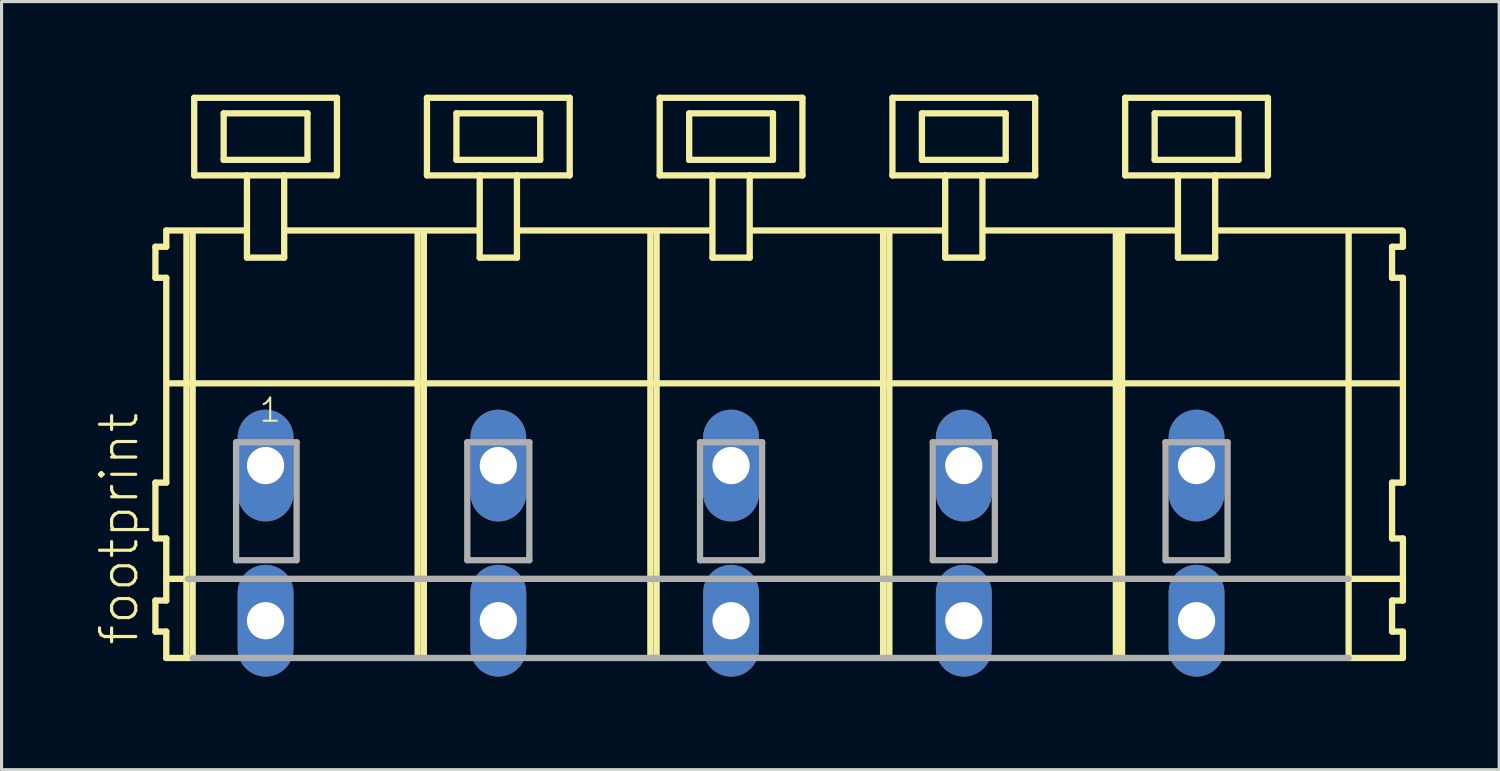
<source format=kicad_pcb>
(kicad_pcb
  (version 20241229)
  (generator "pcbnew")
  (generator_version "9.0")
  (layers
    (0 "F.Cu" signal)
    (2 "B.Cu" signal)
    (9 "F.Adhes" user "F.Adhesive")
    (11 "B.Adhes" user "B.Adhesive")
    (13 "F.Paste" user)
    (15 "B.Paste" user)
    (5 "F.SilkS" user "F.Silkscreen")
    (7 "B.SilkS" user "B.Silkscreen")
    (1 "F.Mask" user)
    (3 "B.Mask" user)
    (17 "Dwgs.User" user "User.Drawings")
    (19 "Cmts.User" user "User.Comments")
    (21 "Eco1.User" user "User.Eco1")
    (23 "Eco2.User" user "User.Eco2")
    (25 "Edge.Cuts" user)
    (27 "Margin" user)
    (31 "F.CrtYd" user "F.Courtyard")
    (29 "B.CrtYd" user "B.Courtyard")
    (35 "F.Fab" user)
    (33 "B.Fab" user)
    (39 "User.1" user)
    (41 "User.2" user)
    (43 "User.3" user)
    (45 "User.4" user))
  (footprint "footprint"
    (layer "F.Cu")
    (at 18.008 11.952)
    (property "Reference" "footprint" (at -16.535 5.855 90) (layer "F.SilkS") (effects (font (size 1.168 1.168) (thickness 0.102)) (justify left bottom)))
    (fp_line (start -16.05 -7.05) (end -16.05 -6.05) (stroke (width 0.203) (type solid)) (layer "F.SilkS"))
    (fp_line (start -16.05 -6.05) (end -15.7 -6.05) (stroke (width 0.203) (type solid)) (layer "F.SilkS"))
    (fp_line (start -16.05 0.55) (end -16.05 2.35) (stroke (width 0.203) (type solid)) (layer "F.SilkS"))
    (fp_line (start -16.05 2.35) (end -15.7 2.35) (stroke (width 0.203) (type solid)) (layer "F.SilkS"))
    (fp_line (start -16.05 4.35) (end -16.05 5.35) (stroke (width 0.203) (type solid)) (layer "F.SilkS"))
    (fp_line (start -16.05 5.35) (end -15.7 5.35) (stroke (width 0.203) (type solid)) (layer "F.SilkS"))
    (fp_line (start -15.7 -7.575) (end -15.7 -7.05) (stroke (width 0.203) (type solid)) (layer "F.SilkS"))
    (fp_line (start -15.7 -7.575) (end -13.125 -7.575) (stroke (width 0.203) (type solid)) (layer "F.SilkS"))
    (fp_line (start -15.7 -7.05) (end -16.05 -7.05) (stroke (width 0.203) (type solid)) (layer "F.SilkS"))
    (fp_line (start -15.7 -6.05) (end -15.7 0.55) (stroke (width 0.203) (type solid)) (layer "F.SilkS"))
    (fp_line (start -15.7 0.55) (end -16.05 0.55) (stroke (width 0.203) (type solid)) (layer "F.SilkS"))
    (fp_line (start -15.7 2.35) (end -15.7 4.35) (stroke (width 0.203) (type solid)) (layer "F.SilkS"))
    (fp_line (start -15.7 3.65) (end -15 3.65) (stroke (width 0.203) (type solid)) (layer "F.SilkS"))
    (fp_line (start -15.7 4.35) (end -16.05 4.35) (stroke (width 0.203) (type solid)) (layer "F.SilkS"))
    (fp_line (start -15.7 5.35) (end -15.7 6.2) (stroke (width 0.203) (type solid)) (layer "F.SilkS"))
    (fp_line (start -15.7 6.2) (end -15.05 6.2) (stroke (width 0.203) (type solid)) (layer "F.SilkS"))
    (fp_line (start -15.65 -2.65) (end 24.1 -2.65) (stroke (width 0.203) (type solid)) (layer "F.SilkS"))
    (fp_line (start -15.05 -7.55) (end -15.05 6.2) (stroke (width 0.203) (type solid)) (layer "F.SilkS"))
    (fp_line (start -15.05 6.2) (end -14.85 6.2) (stroke (width 0.203) (type solid)) (layer "F.SilkS"))
    (fp_line (start -14.85 -7.55) (end -14.85 6.2) (stroke (width 0.203) (type solid)) (layer "F.SilkS"))
    (fp_line (start -14.8 -11.85) (end -14.8 -9.35) (stroke (width 0.203) (type solid)) (layer "F.SilkS"))
    (fp_line (start -14.8 -9.35) (end -13.1 -9.35) (stroke (width 0.203) (type solid)) (layer "F.SilkS"))
    (fp_line (start -13.85 -11.35) (end -13.85 -9.85) (stroke (width 0.203) (type solid)) (layer "F.SilkS"))
    (fp_line (start -13.85 -9.85) (end -11.15 -9.85) (stroke (width 0.203) (type solid)) (layer "F.SilkS"))
    (fp_line (start -13.1 -9.35) (end -13.1 -6.7) (stroke (width 0.203) (type solid)) (layer "F.SilkS"))
    (fp_line (start -13.1 -9.35) (end -11.9 -9.35) (stroke (width 0.203) (type solid)) (layer "F.SilkS"))
    (fp_line (start -13.1 -6.7) (end -11.9 -6.7) (stroke (width 0.203) (type solid)) (layer "F.SilkS"))
    (fp_line (start -11.9 -9.35) (end -10.2 -9.35) (stroke (width 0.203) (type solid)) (layer "F.SilkS"))
    (fp_line (start -11.9 -6.7) (end -11.9 -9.35) (stroke (width 0.203) (type solid)) (layer "F.SilkS"))
    (fp_line (start -11.825 -7.575) (end -5.625 -7.575) (stroke (width 0.203) (type solid)) (layer "F.SilkS"))
    (fp_line (start -11.15 -11.35) (end -13.85 -11.35) (stroke (width 0.203) (type solid)) (layer "F.SilkS"))
    (fp_line (start -11.15 -9.85) (end -11.15 -11.35) (stroke (width 0.203) (type solid)) (layer "F.SilkS"))
    (fp_line (start -10.2 -11.85) (end -14.8 -11.85) (stroke (width 0.203) (type solid)) (layer "F.SilkS"))
    (fp_line (start -10.2 -9.35) (end -10.2 -11.85) (stroke (width 0.203) (type solid)) (layer "F.SilkS"))
    (fp_line (start -7.6 -7.55) (end -7.6 6.2) (stroke (width 0.203) (type solid)) (layer "F.SilkS"))
    (fp_line (start -7.4 -7.55) (end -7.4 6.2) (stroke (width 0.203) (type solid)) (layer "F.SilkS"))
    (fp_line (start -7.3 -11.85) (end -7.3 -9.35) (stroke (width 0.203) (type solid)) (layer "F.SilkS"))
    (fp_line (start -7.3 -9.35) (end -5.6 -9.35) (stroke (width 0.203) (type solid)) (layer "F.SilkS"))
    (fp_line (start -6.35 -11.35) (end -6.35 -9.85) (stroke (width 0.203) (type solid)) (layer "F.SilkS"))
    (fp_line (start -6.35 -9.85) (end -3.65 -9.85) (stroke (width 0.203) (type solid)) (layer "F.SilkS"))
    (fp_line (start -5.6 -9.35) (end -5.6 -6.7) (stroke (width 0.203) (type solid)) (layer "F.SilkS"))
    (fp_line (start -5.6 -9.35) (end -4.4 -9.35) (stroke (width 0.203) (type solid)) (layer "F.SilkS"))
    (fp_line (start -5.6 -6.7) (end -4.4 -6.7) (stroke (width 0.203) (type solid)) (layer "F.SilkS"))
    (fp_line (start -4.4 -9.35) (end -2.7 -9.35) (stroke (width 0.203) (type solid)) (layer "F.SilkS"))
    (fp_line (start -4.4 -6.7) (end -4.4 -9.35) (stroke (width 0.203) (type solid)) (layer "F.SilkS"))
    (fp_line (start -4.325 -7.575) (end 1.875 -7.575) (stroke (width 0.203) (type solid)) (layer "F.SilkS"))
    (fp_line (start -3.65 -11.35) (end -6.35 -11.35) (stroke (width 0.203) (type solid)) (layer "F.SilkS"))
    (fp_line (start -3.65 -9.85) (end -3.65 -11.35) (stroke (width 0.203) (type solid)) (layer "F.SilkS"))
    (fp_line (start -2.7 -11.85) (end -7.3 -11.85) (stroke (width 0.203) (type solid)) (layer "F.SilkS"))
    (fp_line (start -2.7 -9.35) (end -2.7 -11.85) (stroke (width 0.203) (type solid)) (layer "F.SilkS"))
    (fp_line (start -0.1 -7.55) (end -0.1 6.2) (stroke (width 0.203) (type solid)) (layer "F.SilkS"))
    (fp_line (start 0.1 -7.55) (end 0.1 6.2) (stroke (width 0.203) (type solid)) (layer "F.SilkS"))
    (fp_line (start 0.2 -11.85) (end 0.2 -9.35) (stroke (width 0.203) (type solid)) (layer "F.SilkS"))
    (fp_line (start 0.2 -9.35) (end 1.9 -9.35) (stroke (width 0.203) (type solid)) (layer "F.SilkS"))
    (fp_line (start 1.15 -11.35) (end 1.15 -9.85) (stroke (width 0.203) (type solid)) (layer "F.SilkS"))
    (fp_line (start 1.15 -9.85) (end 3.85 -9.85) (stroke (width 0.203) (type solid)) (layer "F.SilkS"))
    (fp_line (start 1.9 -9.35) (end 1.9 -6.7) (stroke (width 0.203) (type solid)) (layer "F.SilkS"))
    (fp_line (start 1.9 -9.35) (end 3.1 -9.35) (stroke (width 0.203) (type solid)) (layer "F.SilkS"))
    (fp_line (start 1.9 -6.7) (end 3.1 -6.7) (stroke (width 0.203) (type solid)) (layer "F.SilkS"))
    (fp_line (start 3.1 -9.35) (end 4.8 -9.35) (stroke (width 0.203) (type solid)) (layer "F.SilkS"))
    (fp_line (start 3.1 -6.7) (end 3.1 -9.35) (stroke (width 0.203) (type solid)) (layer "F.SilkS"))
    (fp_line (start 3.175 -7.575) (end 9.375 -7.575) (stroke (width 0.203) (type solid)) (layer "F.SilkS"))
    (fp_line (start 3.85 -11.35) (end 1.15 -11.35) (stroke (width 0.203) (type solid)) (layer "F.SilkS"))
    (fp_line (start 3.85 -9.85) (end 3.85 -11.35) (stroke (width 0.203) (type solid)) (layer "F.SilkS"))
    (fp_line (start 4.8 -11.85) (end 0.2 -11.85) (stroke (width 0.203) (type solid)) (layer "F.SilkS"))
    (fp_line (start 4.8 -9.35) (end 4.8 -11.85) (stroke (width 0.203) (type solid)) (layer "F.SilkS"))
    (fp_line (start 7.4 -7.55) (end 7.4 6.2) (stroke (width 0.203) (type solid)) (layer "F.SilkS"))
    (fp_line (start 7.6 -7.55) (end 7.6 6.2) (stroke (width 0.203) (type solid)) (layer "F.SilkS"))
    (fp_line (start 7.7 -11.85) (end 7.7 -9.35) (stroke (width 0.203) (type solid)) (layer "F.SilkS"))
    (fp_line (start 7.7 -9.35) (end 9.4 -9.35) (stroke (width 0.203) (type solid)) (layer "F.SilkS"))
    (fp_line (start 8.65 -11.35) (end 8.65 -9.85) (stroke (width 0.203) (type solid)) (layer "F.SilkS"))
    (fp_line (start 8.65 -9.85) (end 11.35 -9.85) (stroke (width 0.203) (type solid)) (layer "F.SilkS"))
    (fp_line (start 9.4 -9.35) (end 9.4 -6.7) (stroke (width 0.203) (type solid)) (layer "F.SilkS"))
    (fp_line (start 9.4 -9.35) (end 10.6 -9.35) (stroke (width 0.203) (type solid)) (layer "F.SilkS"))
    (fp_line (start 9.4 -6.7) (end 10.6 -6.7) (stroke (width 0.203) (type solid)) (layer "F.SilkS"))
    (fp_line (start 10.6 -9.35) (end 12.3 -9.35) (stroke (width 0.203) (type solid)) (layer "F.SilkS"))
    (fp_line (start 10.6 -6.7) (end 10.6 -9.35) (stroke (width 0.203) (type solid)) (layer "F.SilkS"))
    (fp_line (start 10.675 -7.575) (end 16.875 -7.575) (stroke (width 0.203) (type solid)) (layer "F.SilkS"))
    (fp_line (start 11.35 -11.35) (end 8.65 -11.35) (stroke (width 0.203) (type solid)) (layer "F.SilkS"))
    (fp_line (start 11.35 -9.85) (end 11.35 -11.35) (stroke (width 0.203) (type solid)) (layer "F.SilkS"))
    (fp_line (start 12.3 -11.85) (end 7.7 -11.85) (stroke (width 0.203) (type solid)) (layer "F.SilkS"))
    (fp_line (start 12.3 -9.35) (end 12.3 -11.85) (stroke (width 0.203) (type solid)) (layer "F.SilkS"))
    (fp_line (start 14.9 -7.55) (end 14.9 6.2) (stroke (width 0.203) (type solid)) (layer "F.SilkS"))
    (fp_line (start 15.1 -7.55) (end 15.1 6.2) (stroke (width 0.203) (type solid)) (layer "F.SilkS"))
    (fp_line (start 15.2 -11.85) (end 15.2 -9.35) (stroke (width 0.203) (type solid)) (layer "F.SilkS"))
    (fp_line (start 15.2 -9.35) (end 16.9 -9.35) (stroke (width 0.203) (type solid)) (layer "F.SilkS"))
    (fp_line (start 16.15 -11.35) (end 16.15 -9.85) (stroke (width 0.203) (type solid)) (layer "F.SilkS"))
    (fp_line (start 16.15 -9.85) (end 18.85 -9.85) (stroke (width 0.203) (type solid)) (layer "F.SilkS"))
    (fp_line (start 16.9 -9.35) (end 16.9 -6.7) (stroke (width 0.203) (type solid)) (layer "F.SilkS"))
    (fp_line (start 16.9 -9.35) (end 18.1 -9.35) (stroke (width 0.203) (type solid)) (layer "F.SilkS"))
    (fp_line (start 16.9 -6.7) (end 18.1 -6.7) (stroke (width 0.203) (type solid)) (layer "F.SilkS"))
    (fp_line (start 18.1 -9.35) (end 19.8 -9.35) (stroke (width 0.203) (type solid)) (layer "F.SilkS"))
    (fp_line (start 18.1 -6.7) (end 18.1 -9.35) (stroke (width 0.203) (type solid)) (layer "F.SilkS"))
    (fp_line (start 18.125 -7.575) (end 24.125 -7.575) (stroke (width 0.203) (type solid)) (layer "F.SilkS"))
    (fp_line (start 18.85 -11.35) (end 16.15 -11.35) (stroke (width 0.203) (type solid)) (layer "F.SilkS"))
    (fp_line (start 18.85 -9.85) (end 18.85 -11.35) (stroke (width 0.203) (type solid)) (layer "F.SilkS"))
    (fp_line (start 19.8 -11.85) (end 15.2 -11.85) (stroke (width 0.203) (type solid)) (layer "F.SilkS"))
    (fp_line (start 19.8 -9.35) (end 19.8 -11.85) (stroke (width 0.203) (type solid)) (layer "F.SilkS"))
    (fp_line (start 22.4 -7.55) (end 22.4 6.2) (stroke (width 0.203) (type solid)) (layer "F.SilkS"))
    (fp_line (start 22.4 6.2) (end 24.15 6.2) (stroke (width 0.203) (type solid)) (layer "F.SilkS"))
    (fp_line (start 22.45 3.65) (end 24.15 3.65) (stroke (width 0.203) (type solid)) (layer "F.SilkS"))
    (fp_line (start 23.8 -7.05) (end 23.8 -6.05) (stroke (width 0.203) (type solid)) (layer "F.SilkS"))
    (fp_line (start 23.8 -6.05) (end 24.15 -6.05) (stroke (width 0.203) (type solid)) (layer "F.SilkS"))
    (fp_line (start 23.8 0.55) (end 23.8 2.35) (stroke (width 0.203) (type solid)) (layer "F.SilkS"))
    (fp_line (start 23.8 2.35) (end 24.15 2.35) (stroke (width 0.203) (type solid)) (layer "F.SilkS"))
    (fp_line (start 23.8 4.35) (end 23.8 5.35) (stroke (width 0.203) (type solid)) (layer "F.SilkS"))
    (fp_line (start 23.8 5.35) (end 24.15 5.35) (stroke (width 0.203) (type solid)) (layer "F.SilkS"))
    (fp_line (start 24.15 -7.05) (end 23.8 -7.05) (stroke (width 0.203) (type solid)) (layer "F.SilkS"))
    (fp_line (start 24.15 -7.05) (end 24.15 -7.55) (stroke (width 0.203) (type solid)) (layer "F.SilkS"))
    (fp_line (start 24.15 0.55) (end 23.8 0.55) (stroke (width 0.203) (type solid)) (layer "F.SilkS"))
    (fp_line (start 24.15 0.55) (end 24.15 -6.05) (stroke (width 0.203) (type solid)) (layer "F.SilkS"))
    (fp_line (start 24.15 3.65) (end 24.15 2.35) (stroke (width 0.203) (type solid)) (layer "F.SilkS"))
    (fp_line (start 24.15 4.35) (end 23.8 4.35) (stroke (width 0.203) (type solid)) (layer "F.SilkS"))
    (fp_line (start 24.15 4.35) (end 24.15 3.65) (stroke (width 0.203) (type solid)) (layer "F.SilkS"))
    (fp_line (start 24.15 6.2) (end 24.15 5.35) (stroke (width 0.203) (type solid)) (layer "F.SilkS"))
    (fp_line (start -15 3.65) (end 22.4 3.65) (stroke (width 0.203) (type solid)) (layer "F.Fab"))
    (fp_line (start -14.85 6.2) (end 22.4 6.2) (stroke (width 0.203) (type solid)) (layer "F.Fab"))
    (fp_line (start -13.45 -0.75) (end -13.45 3.05) (stroke (width 0.203) (type solid)) (layer "F.Fab"))
    (fp_line (start -13.45 3.05) (end -11.5 3.05) (stroke (width 0.203) (type solid)) (layer "F.Fab"))
    (fp_line (start -11.5 -0.75) (end -13.45 -0.75) (stroke (width 0.203) (type solid)) (layer "F.Fab"))
    (fp_line (start -11.5 3.05) (end -11.5 -0.75) (stroke (width 0.203) (type solid)) (layer "F.Fab"))
    (fp_line (start -6 -0.75) (end -6 3.05) (stroke (width 0.203) (type solid)) (layer "F.Fab"))
    (fp_line (start -6 3.05) (end -4 3.05) (stroke (width 0.203) (type solid)) (layer "F.Fab"))
    (fp_line (start -4 -0.75) (end -6 -0.75) (stroke (width 0.203) (type solid)) (layer "F.Fab"))
    (fp_line (start -4 3.05) (end -4 -0.75) (stroke (width 0.203) (type solid)) (layer "F.Fab"))
    (fp_line (start 1.5 -0.75) (end 1.5 3.05) (stroke (width 0.203) (type solid)) (layer "F.Fab"))
    (fp_line (start 1.5 3.05) (end 3.5 3.05) (stroke (width 0.203) (type solid)) (layer "F.Fab"))
    (fp_line (start 3.5 -0.75) (end 1.5 -0.75) (stroke (width 0.203) (type solid)) (layer "F.Fab"))
    (fp_line (start 3.5 3.05) (end 3.5 -0.75) (stroke (width 0.203) (type solid)) (layer "F.Fab"))
    (fp_line (start 9 -0.75) (end 9 3.05) (stroke (width 0.203) (type solid)) (layer "F.Fab"))
    (fp_line (start 9 3.05) (end 11 3.05) (stroke (width 0.203) (type solid)) (layer "F.Fab"))
    (fp_line (start 11 -0.75) (end 9 -0.75) (stroke (width 0.203) (type solid)) (layer "F.Fab"))
    (fp_line (start 11 3.05) (end 11 -0.75) (stroke (width 0.203) (type solid)) (layer "F.Fab"))
    (fp_line (start 16.5 -0.75) (end 16.5 3.05) (stroke (width 0.203) (type solid)) (layer "F.Fab"))
    (fp_line (start 16.5 3.05) (end 18.5 3.05) (stroke (width 0.203) (type solid)) (layer "F.Fab"))
    (fp_line (start 18.5 -0.75) (end 16.5 -0.75) (stroke (width 0.203) (type solid)) (layer "F.Fab"))
    (fp_line (start 18.5 3.05) (end 18.5 -0.75) (stroke (width 0.203) (type solid)) (layer "F.Fab"))
    (fp_text user "1" (at -12.75 -1.35 0) (layer "F.SilkS") (effects (font (size 0.748 0.748) (thickness 0.065)) (justify left bottom)))
    (pad "A1" thru_hole oval (at -12.5 0 90) (size 3.6 1.8) (drill 1.2) (layers "*.Cu" "*.Mask"))
    (pad "A2" thru_hole oval (at -5 0 90) (size 3.6 1.8) (drill 1.2) (layers "*.Cu" "*.Mask"))
    (pad "A3" thru_hole oval (at 2.5 0 90) (size 3.6 1.8) (drill 1.2) (layers "*.Cu" "*.Mask"))
    (pad "A4" thru_hole oval (at 10 0 90) (size 3.6 1.8) (drill 1.2) (layers "*.Cu" "*.Mask"))
    (pad "A5" thru_hole oval (at 17.5 0 90) (size 3.6 1.8) (drill 1.2) (layers "*.Cu" "*.Mask"))
    (pad "B1" thru_hole oval (at -12.5 5 90) (size 3.6 1.8) (drill 1.2) (layers "*.Cu" "*.Mask"))
    (pad "B2" thru_hole oval (at -5 5 90) (size 3.6 1.8) (drill 1.2) (layers "*.Cu" "*.Mask"))
    (pad "B3" thru_hole oval (at 2.5 5 90) (size 3.6 1.8) (drill 1.2) (layers "*.Cu" "*.Mask"))
    (pad "B4" thru_hole oval (at 10 5 90) (size 3.6 1.8) (drill 1.2) (layers "*.Cu" "*.Mask"))
    (pad "B5" thru_hole oval (at 17.5 5 90) (size 3.6 1.8) (drill 1.2) (layers "*.Cu" "*.Mask")))
  (gr_rect
    (start -3 -3)
    (end 45.26 21.752)
    (stroke (width 0.1) (type default))
    (fill no)
    (layer "Edge.Cuts")))
</source>
